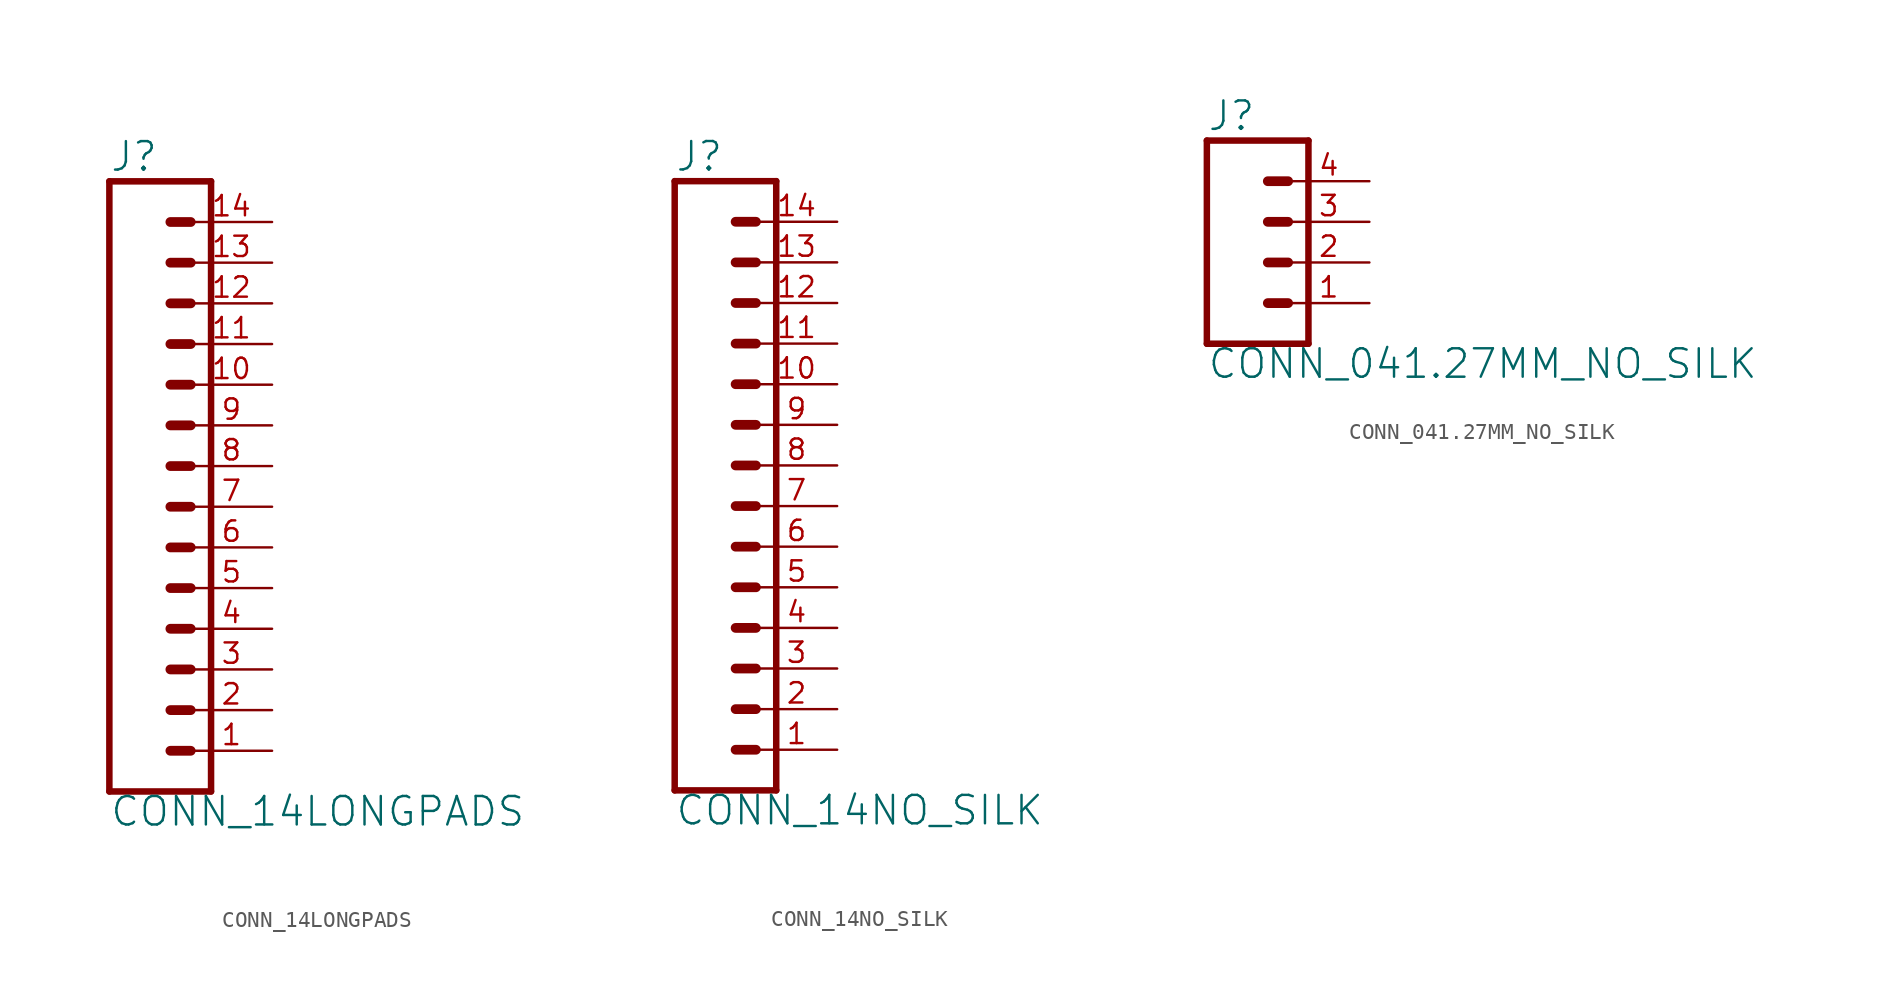
<source format=kicad_sym>
(kicad_symbol_lib
  (version 20211014)
  (generator kicad_symbol_editor)
  (symbol "CONN_14LONGPADS"
    (property "Reference" "J"
      (at 0 18.288 0)
      (effects (font (size 1.778 1.778)) (justify left bottom)))
    (property "Value" "CONN_14LONGPADS"
      (at 0 -22.606 0)
      (effects (font (size 1.778 1.778)) (justify left bottom)))
    (property "ki_locked" ""
      (at 0 0 0)
      (effects (font (size 1.27 1.27))))
    (symbol "CONN_14LONGPADS_1_0"
      (polyline (pts (xy 0 17.78) (xy 0 -20.32)) (stroke (width 0.406) (type default) (color 0 0 0 0)) (fill (type none)))
      (polyline (pts (xy 0 17.78) (xy 6.35 17.78)) (stroke (width 0.406) (type default) (color 0 0 0 0)) (fill (type none)))
      (polyline (pts (xy 3.81 -17.78) (xy 5.08 -17.78)) (stroke (width 0.61) (type default) (color 0 0 0 0)) (fill (type none)))
      (polyline (pts (xy 3.81 -15.24) (xy 5.08 -15.24)) (stroke (width 0.61) (type default) (color 0 0 0 0)) (fill (type none)))
      (polyline (pts (xy 3.81 -12.7) (xy 5.08 -12.7)) (stroke (width 0.61) (type default) (color 0 0 0 0)) (fill (type none)))
      (polyline (pts (xy 3.81 -10.16) (xy 5.08 -10.16)) (stroke (width 0.61) (type default) (color 0 0 0 0)) (fill (type none)))
      (polyline (pts (xy 3.81 -7.62) (xy 5.08 -7.62)) (stroke (width 0.61) (type default) (color 0 0 0 0)) (fill (type none)))
      (polyline (pts (xy 3.81 -5.08) (xy 5.08 -5.08)) (stroke (width 0.61) (type default) (color 0 0 0 0)) (fill (type none)))
      (polyline (pts (xy 3.81 -2.54) (xy 5.08 -2.54)) (stroke (width 0.61) (type default) (color 0 0 0 0)) (fill (type none)))
      (polyline (pts (xy 3.81 0) (xy 5.08 0)) (stroke (width 0.61) (type default) (color 0 0 0 0)) (fill (type none)))
      (polyline (pts (xy 3.81 2.54) (xy 5.08 2.54)) (stroke (width 0.61) (type default) (color 0 0 0 0)) (fill (type none)))
      (polyline (pts (xy 3.81 5.08) (xy 5.08 5.08)) (stroke (width 0.61) (type default) (color 0 0 0 0)) (fill (type none)))
      (polyline (pts (xy 3.81 7.62) (xy 5.08 7.62)) (stroke (width 0.61) (type default) (color 0 0 0 0)) (fill (type none)))
      (polyline (pts (xy 3.81 10.16) (xy 5.08 10.16)) (stroke (width 0.61) (type default) (color 0 0 0 0)) (fill (type none)))
      (polyline (pts (xy 3.81 12.7) (xy 5.08 12.7)) (stroke (width 0.61) (type default) (color 0 0 0 0)) (fill (type none)))
      (polyline (pts (xy 3.81 15.24) (xy 5.08 15.24)) (stroke (width 0.61) (type default) (color 0 0 0 0)) (fill (type none)))
      (polyline (pts (xy 6.35 -20.32) (xy 0 -20.32)) (stroke (width 0.406) (type default) (color 0 0 0 0)) (fill (type none)))
      (polyline (pts (xy 6.35 -20.32) (xy 6.35 17.78)) (stroke (width 0.406) (type default) (color 0 0 0 0)) (fill (type none)))
      (pin passive line (at 10.16 -17.78 180) (length 5.08) (name "1" (effects (font (size 0 0)))) (number "1" (effects (font (size 1.27 1.27)))))
      (pin passive line (at 10.16 5.08 180) (length 5.08) (name "10" (effects (font (size 0 0)))) (number "10" (effects (font (size 1.27 1.27)))))
      (pin passive line (at 10.16 7.62 180) (length 5.08) (name "11" (effects (font (size 0 0)))) (number "11" (effects (font (size 1.27 1.27)))))
      (pin passive line (at 10.16 10.16 180) (length 5.08) (name "12" (effects (font (size 0 0)))) (number "12" (effects (font (size 1.27 1.27)))))
      (pin passive line (at 10.16 12.7 180) (length 5.08) (name "13" (effects (font (size 0 0)))) (number "13" (effects (font (size 1.27 1.27)))))
      (pin passive line (at 10.16 15.24 180) (length 5.08) (name "14" (effects (font (size 0 0)))) (number "14" (effects (font (size 1.27 1.27)))))
      (pin passive line (at 10.16 -15.24 180) (length 5.08) (name "2" (effects (font (size 0 0)))) (number "2" (effects (font (size 1.27 1.27)))))
      (pin passive line (at 10.16 -12.7 180) (length 5.08) (name "3" (effects (font (size 0 0)))) (number "3" (effects (font (size 1.27 1.27)))))
      (pin passive line (at 10.16 -10.16 180) (length 5.08) (name "4" (effects (font (size 0 0)))) (number "4" (effects (font (size 1.27 1.27)))))
      (pin passive line (at 10.16 -7.62 180) (length 5.08) (name "5" (effects (font (size 0 0)))) (number "5" (effects (font (size 1.27 1.27)))))
      (pin passive line (at 10.16 -5.08 180) (length 5.08) (name "6" (effects (font (size 0 0)))) (number "6" (effects (font (size 1.27 1.27)))))
      (pin passive line (at 10.16 -2.54 180) (length 5.08) (name "7" (effects (font (size 0 0)))) (number "7" (effects (font (size 1.27 1.27)))))
      (pin passive line (at 10.16 0 180) (length 5.08) (name "8" (effects (font (size 0 0)))) (number "8" (effects (font (size 1.27 1.27)))))
      (pin passive line (at 10.16 2.54 180) (length 5.08) (name "9" (effects (font (size 0 0)))) (number "9" (effects (font (size 1.27 1.27)))))))
  (symbol "CONN_14NO_SILK"
    (property "Reference" "J"
      (at 0 18.288 0)
      (effects (font (size 1.778 1.778)) (justify left bottom)))
    (property "Value" "CONN_14NO_SILK"
      (at 0 -22.606 0)
      (effects (font (size 1.778 1.778)) (justify left bottom)))
    (property "ki_locked" ""
      (at 0 0 0)
      (effects (font (size 1.27 1.27))))
    (symbol "CONN_14NO_SILK_1_0"
      (polyline (pts (xy 0 17.78) (xy 0 -20.32)) (stroke (width 0.406) (type default) (color 0 0 0 0)) (fill (type none)))
      (polyline (pts (xy 0 17.78) (xy 6.35 17.78)) (stroke (width 0.406) (type default) (color 0 0 0 0)) (fill (type none)))
      (polyline (pts (xy 3.81 -17.78) (xy 5.08 -17.78)) (stroke (width 0.61) (type default) (color 0 0 0 0)) (fill (type none)))
      (polyline (pts (xy 3.81 -15.24) (xy 5.08 -15.24)) (stroke (width 0.61) (type default) (color 0 0 0 0)) (fill (type none)))
      (polyline (pts (xy 3.81 -12.7) (xy 5.08 -12.7)) (stroke (width 0.61) (type default) (color 0 0 0 0)) (fill (type none)))
      (polyline (pts (xy 3.81 -10.16) (xy 5.08 -10.16)) (stroke (width 0.61) (type default) (color 0 0 0 0)) (fill (type none)))
      (polyline (pts (xy 3.81 -7.62) (xy 5.08 -7.62)) (stroke (width 0.61) (type default) (color 0 0 0 0)) (fill (type none)))
      (polyline (pts (xy 3.81 -5.08) (xy 5.08 -5.08)) (stroke (width 0.61) (type default) (color 0 0 0 0)) (fill (type none)))
      (polyline (pts (xy 3.81 -2.54) (xy 5.08 -2.54)) (stroke (width 0.61) (type default) (color 0 0 0 0)) (fill (type none)))
      (polyline (pts (xy 3.81 0) (xy 5.08 0)) (stroke (width 0.61) (type default) (color 0 0 0 0)) (fill (type none)))
      (polyline (pts (xy 3.81 2.54) (xy 5.08 2.54)) (stroke (width 0.61) (type default) (color 0 0 0 0)) (fill (type none)))
      (polyline (pts (xy 3.81 5.08) (xy 5.08 5.08)) (stroke (width 0.61) (type default) (color 0 0 0 0)) (fill (type none)))
      (polyline (pts (xy 3.81 7.62) (xy 5.08 7.62)) (stroke (width 0.61) (type default) (color 0 0 0 0)) (fill (type none)))
      (polyline (pts (xy 3.81 10.16) (xy 5.08 10.16)) (stroke (width 0.61) (type default) (color 0 0 0 0)) (fill (type none)))
      (polyline (pts (xy 3.81 12.7) (xy 5.08 12.7)) (stroke (width 0.61) (type default) (color 0 0 0 0)) (fill (type none)))
      (polyline (pts (xy 3.81 15.24) (xy 5.08 15.24)) (stroke (width 0.61) (type default) (color 0 0 0 0)) (fill (type none)))
      (polyline (pts (xy 6.35 -20.32) (xy 0 -20.32)) (stroke (width 0.406) (type default) (color 0 0 0 0)) (fill (type none)))
      (polyline (pts (xy 6.35 -20.32) (xy 6.35 17.78)) (stroke (width 0.406) (type default) (color 0 0 0 0)) (fill (type none)))
      (pin passive line (at 10.16 -17.78 180) (length 5.08) (name "1" (effects (font (size 0 0)))) (number "1" (effects (font (size 1.27 1.27)))))
      (pin passive line (at 10.16 5.08 180) (length 5.08) (name "10" (effects (font (size 0 0)))) (number "10" (effects (font (size 1.27 1.27)))))
      (pin passive line (at 10.16 7.62 180) (length 5.08) (name "11" (effects (font (size 0 0)))) (number "11" (effects (font (size 1.27 1.27)))))
      (pin passive line (at 10.16 10.16 180) (length 5.08) (name "12" (effects (font (size 0 0)))) (number "12" (effects (font (size 1.27 1.27)))))
      (pin passive line (at 10.16 12.7 180) (length 5.08) (name "13" (effects (font (size 0 0)))) (number "13" (effects (font (size 1.27 1.27)))))
      (pin passive line (at 10.16 15.24 180) (length 5.08) (name "14" (effects (font (size 0 0)))) (number "14" (effects (font (size 1.27 1.27)))))
      (pin passive line (at 10.16 -15.24 180) (length 5.08) (name "2" (effects (font (size 0 0)))) (number "2" (effects (font (size 1.27 1.27)))))
      (pin passive line (at 10.16 -12.7 180) (length 5.08) (name "3" (effects (font (size 0 0)))) (number "3" (effects (font (size 1.27 1.27)))))
      (pin passive line (at 10.16 -10.16 180) (length 5.08) (name "4" (effects (font (size 0 0)))) (number "4" (effects (font (size 1.27 1.27)))))
      (pin passive line (at 10.16 -7.62 180) (length 5.08) (name "5" (effects (font (size 0 0)))) (number "5" (effects (font (size 1.27 1.27)))))
      (pin passive line (at 10.16 -5.08 180) (length 5.08) (name "6" (effects (font (size 0 0)))) (number "6" (effects (font (size 1.27 1.27)))))
      (pin passive line (at 10.16 -2.54 180) (length 5.08) (name "7" (effects (font (size 0 0)))) (number "7" (effects (font (size 1.27 1.27)))))
      (pin passive line (at 10.16 0 180) (length 5.08) (name "8" (effects (font (size 0 0)))) (number "8" (effects (font (size 1.27 1.27)))))
      (pin passive line (at 10.16 2.54 180) (length 5.08) (name "9" (effects (font (size 0 0)))) (number "9" (effects (font (size 1.27 1.27)))))))
  (symbol "CONN_041.27MM_NO_SILK"
    (property "Reference" "J"
      (at -5.08 8.128 0)
      (effects (font (size 1.778 1.778)) (justify left bottom)))
    (property "Value" "CONN_041.27MM_NO_SILK"
      (at -5.08 -7.366 0)
      (effects (font (size 1.778 1.778)) (justify left bottom)))
    (property "ki_locked" ""
      (at 0 0 0)
      (effects (font (size 1.27 1.27))))
    (symbol "CONN_041.27MM_NO_SILK_1_0"
      (polyline (pts (xy -5.08 7.62) (xy -5.08 -5.08)) (stroke (width 0.406) (type default) (color 0 0 0 0)) (fill (type none)))
      (polyline (pts (xy -5.08 7.62) (xy 1.27 7.62)) (stroke (width 0.406) (type default) (color 0 0 0 0)) (fill (type none)))
      (polyline (pts (xy -1.27 -2.54) (xy 0 -2.54)) (stroke (width 0.61) (type default) (color 0 0 0 0)) (fill (type none)))
      (polyline (pts (xy -1.27 0) (xy 0 0)) (stroke (width 0.61) (type default) (color 0 0 0 0)) (fill (type none)))
      (polyline (pts (xy -1.27 2.54) (xy 0 2.54)) (stroke (width 0.61) (type default) (color 0 0 0 0)) (fill (type none)))
      (polyline (pts (xy -1.27 5.08) (xy 0 5.08)) (stroke (width 0.61) (type default) (color 0 0 0 0)) (fill (type none)))
      (polyline (pts (xy 1.27 -5.08) (xy -5.08 -5.08)) (stroke (width 0.406) (type default) (color 0 0 0 0)) (fill (type none)))
      (polyline (pts (xy 1.27 -5.08) (xy 1.27 7.62)) (stroke (width 0.406) (type default) (color 0 0 0 0)) (fill (type none)))
      (pin passive line (at 5.08 -2.54 180) (length 5.08) (name "1" (effects (font (size 0 0)))) (number "1" (effects (font (size 1.27 1.27)))))
      (pin passive line (at 5.08 0 180) (length 5.08) (name "2" (effects (font (size 0 0)))) (number "2" (effects (font (size 1.27 1.27)))))
      (pin passive line (at 5.08 2.54 180) (length 5.08) (name "3" (effects (font (size 0 0)))) (number "3" (effects (font (size 1.27 1.27)))))
      (pin passive line (at 5.08 5.08 180) (length 5.08) (name "4" (effects (font (size 0 0)))) (number "4" (effects (font (size 1.27 1.27))))))))
</source>
